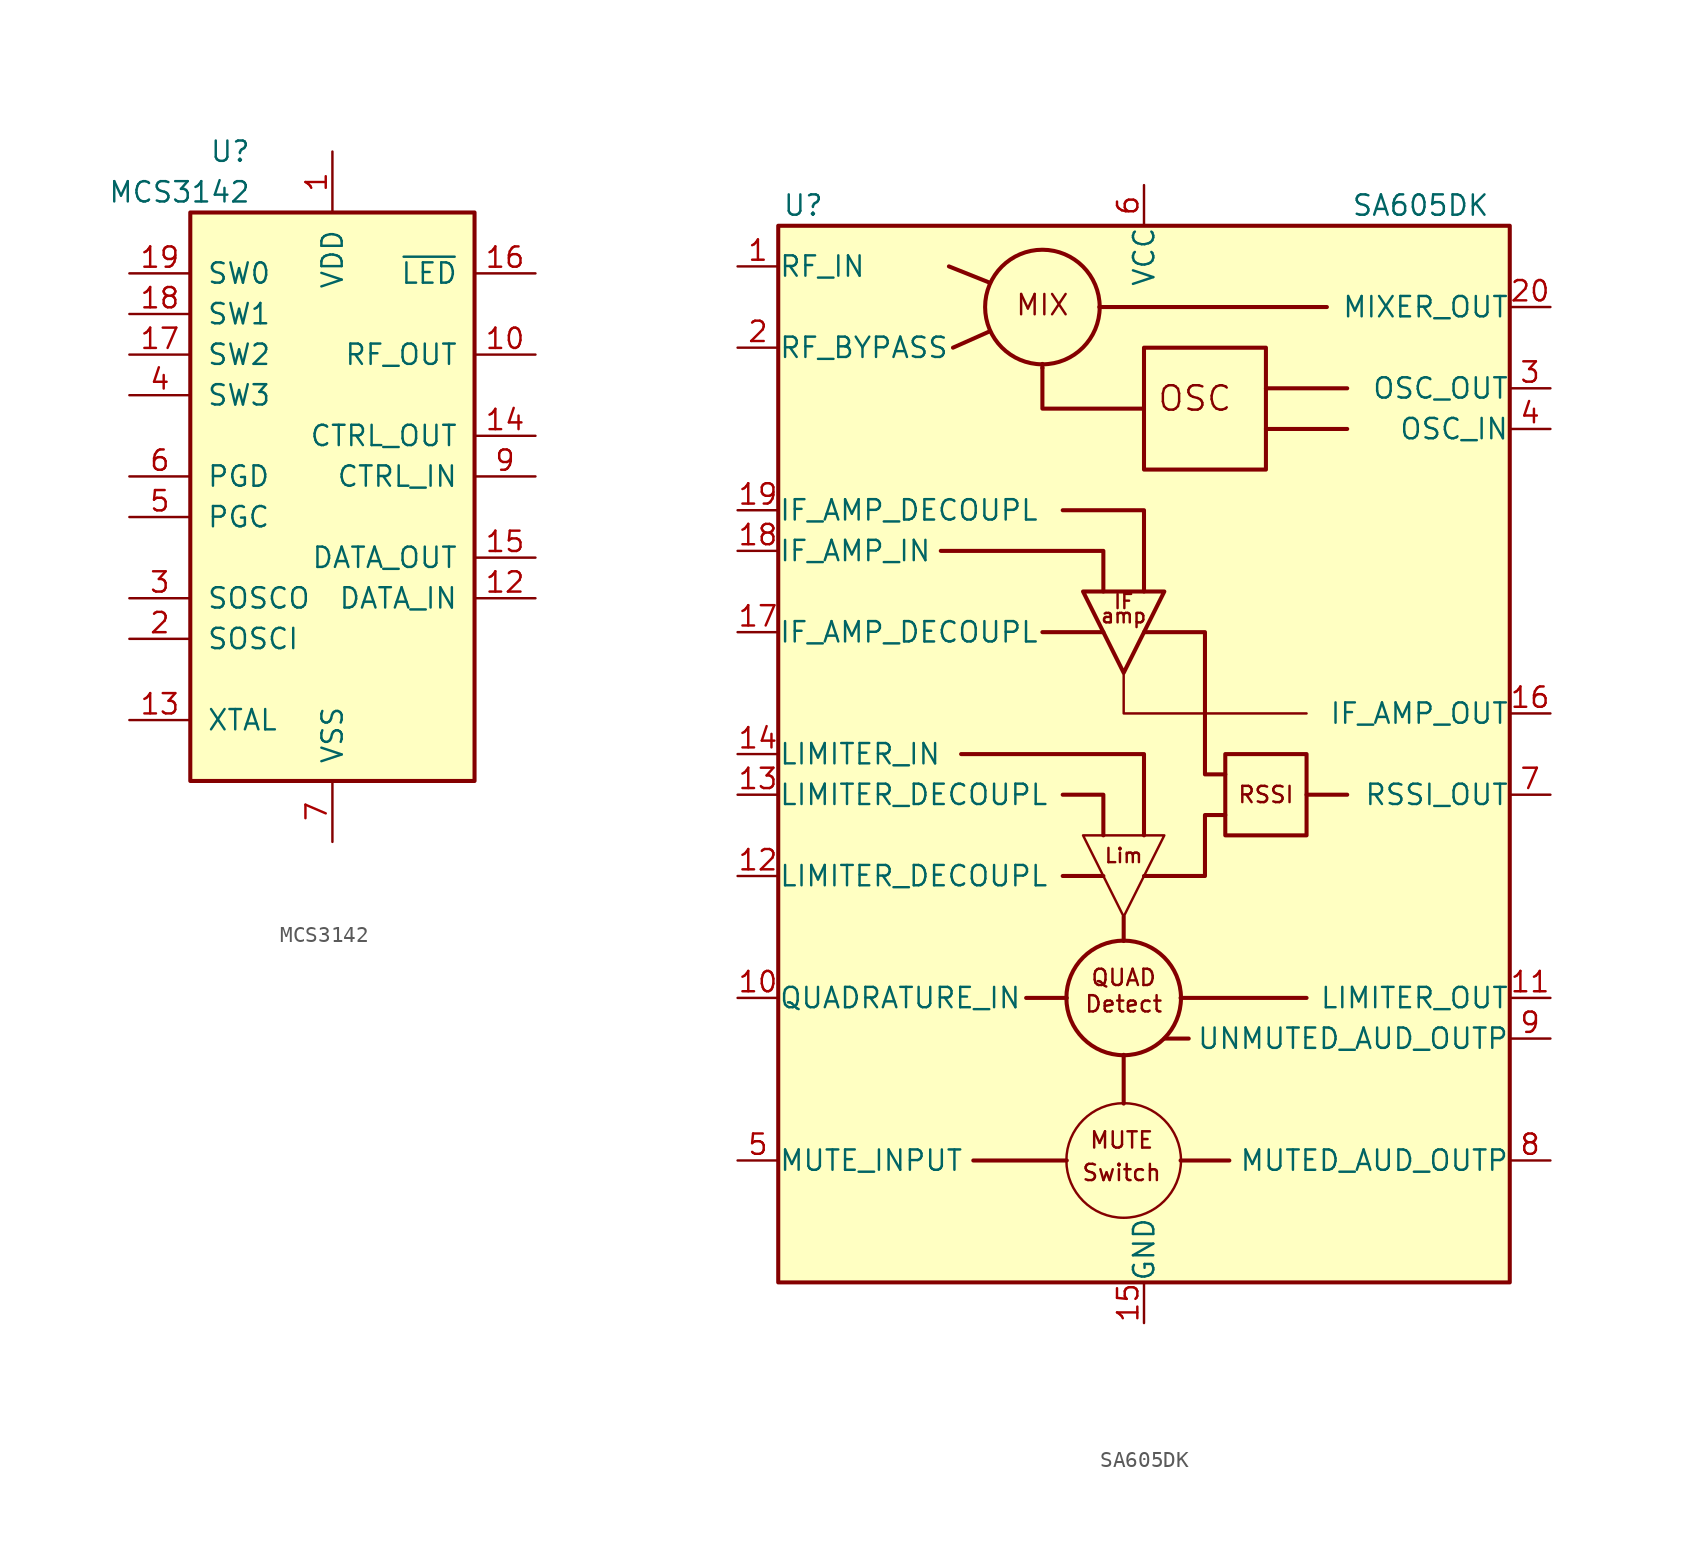
<source format=kicad_sym>
(kicad_symbol_lib
  (version 20201005)
  (generator kicad_symbol_editor)
  (symbol "RF_AM_FM:MCS3142"
    (pin_names
      (offset 1.016))
    (property "Reference" "U"
      (at -5.08 22.86 0)
      (effects (font (size 1.27 1.27)) (justify right)))
    (property "Value" "MCS3142"
      (at -5.08 20.32 0)
      (effects (font (size 1.27 1.27)) (justify right)))
    (symbol "MCS3142_0_1"
      (rectangle (start -8.89 19.05) (end 8.89 -16.51) (stroke (width 0.254)) (fill (type background))))
    (symbol "MCS3142_1_1"
      (pin power_in line (at 0 22.86 270) (length 3.81) (name "VDD" (effects (font (size 1.27 1.27)))) (number "1" (effects (font (size 1.27 1.27)))))
      (pin output line (at 12.7 10.16 180) (length 3.81) (name "RF_OUT" (effects (font (size 1.27 1.27)))) (number "10" (effects (font (size 1.27 1.27)))))
      (pin passive line (at 0 -20.32 90) (length 3.81) hide (name "VSS" (effects (font (size 1.27 1.27)))) (number "11" (effects (font (size 1.27 1.27)))))
      (pin input line (at 12.7 -5.08 180) (length 3.81) (name "DATA_IN" (effects (font (size 1.27 1.27)))) (number "12" (effects (font (size 1.27 1.27)))))
      (pin input line (at -12.7 -12.7 0) (length 3.81) (name "XTAL" (effects (font (size 1.27 1.27)))) (number "13" (effects (font (size 1.27 1.27)))))
      (pin output line (at 12.7 5.08 180) (length 3.81) (name "CTRL_OUT" (effects (font (size 1.27 1.27)))) (number "14" (effects (font (size 1.27 1.27)))))
      (pin output line (at 12.7 -2.54 180) (length 3.81) (name "DATA_OUT" (effects (font (size 1.27 1.27)))) (number "15" (effects (font (size 1.27 1.27)))))
      (pin output line (at 12.7 15.24 180) (length 3.81) (name "~LED" (effects (font (size 1.27 1.27)))) (number "16" (effects (font (size 1.27 1.27)))))
      (pin input line (at -12.7 10.16 0) (length 3.81) (name "SW2" (effects (font (size 1.27 1.27)))) (number "17" (effects (font (size 1.27 1.27)))))
      (pin input line (at -12.7 12.7 0) (length 3.81) (name "SW1" (effects (font (size 1.27 1.27)))) (number "18" (effects (font (size 1.27 1.27)))))
      (pin input line (at -12.7 15.24 0) (length 3.81) (name "SW0" (effects (font (size 1.27 1.27)))) (number "19" (effects (font (size 1.27 1.27)))))
      (pin input line (at -12.7 -7.62 0) (length 3.81) (name "SOSCI" (effects (font (size 1.27 1.27)))) (number "2" (effects (font (size 1.27 1.27)))))
      (pin passive line (at 0 -20.32 90) (length 3.81) hide (name "VSS" (effects (font (size 1.27 1.27)))) (number "20" (effects (font (size 1.27 1.27)))))
      (pin output line (at -12.7 -5.08 0) (length 3.81) (name "SOSCO" (effects (font (size 1.27 1.27)))) (number "3" (effects (font (size 1.27 1.27)))))
      (pin input line (at -12.7 7.62 0) (length 3.81) (name "SW3" (effects (font (size 1.27 1.27)))) (number "4" (effects (font (size 1.27 1.27)))))
      (pin input line (at -12.7 0 0) (length 3.81) (name "PGC" (effects (font (size 1.27 1.27)))) (number "5" (effects (font (size 1.27 1.27)))))
      (pin bidirectional line (at -12.7 2.54 0) (length 3.81) (name "PGD" (effects (font (size 1.27 1.27)))) (number "6" (effects (font (size 1.27 1.27)))))
      (pin power_in line (at 0 -20.32 90) (length 3.81) (name "VSS" (effects (font (size 1.27 1.27)))) (number "7" (effects (font (size 1.27 1.27)))))
      (pin passive line (at 0 22.86 270) (length 3.81) hide (name "VDD" (effects (font (size 1.27 1.27)))) (number "8" (effects (font (size 1.27 1.27)))))
      (pin input line (at 12.7 2.54 180) (length 3.81) (name "CTRL_IN" (effects (font (size 1.27 1.27)))) (number "9" (effects (font (size 1.27 1.27)))))))
  (symbol "RF_AM_FM:SA605DK"
    (pin_names
      (offset 0.025))
    (property "Reference" "U"
      (at -22.606 24.13 0)
      (effects (font (size 1.27 1.27)) (justify left)))
    (property "Value" "SA605DK"
      (at 12.954 24.13 0)
      (effects (font (size 1.27 1.27)) (justify left)))
    (symbol "SA605DK_0_0"
      (circle (center -1.27 -35.56) (radius 3.581) (stroke (width 0)) (fill (type none)))
      (circle (center -1.27 -25.4) (radius 3.581) (stroke (width 0.254)) (fill (type none)))
      (text "amp" (at -1.27 -1.524 0) (effects (font (size 0.889 0.889))))
      (text "Detect" (at -1.27 -25.781 0) (effects (font (size 1.016 1.016))))
      (text "IF" (at -1.27 -0.635 0) (effects (font (size 0.889 0.889))))
      (text "Lim" (at -1.27 -16.51 0) (effects (font (size 0.889 0.889))))
      (text "MIX" (at -6.35 17.907 0) (effects (font (size 1.27 1.27))))
      (text "MUTE" (at -1.397 -34.29 0) (effects (font (size 1.016 1.016))))
      (text "OSC" (at 3.175 12.065 0) (effects (font (size 1.524 1.524))))
      (text "QUAD" (at -1.27 -24.13 0) (effects (font (size 1.016 1.016))))
      (text "RSSI" (at 7.62 -12.7 0) (effects (font (size 1.016 1.016))))
      (text "Switch" (at -1.397 -36.322 0) (effects (font (size 1.016 1.016))))
      (polyline (pts (xy -12.192 20.32) (xy -9.652 19.304)) (stroke (width 0.254)) (fill (type none)))
      (polyline (pts (xy -11.938 15.24) (xy -9.652 16.256)) (stroke (width 0.254)) (fill (type none)))
      (polyline (pts (xy -6.35 -2.54) (xy -2.54 -2.54)) (stroke (width 0.254)) (fill (type none)))
      (polyline (pts (xy -6.35 13.97) (xy -6.35 14.224)) (stroke (width 0.254)) (fill (type none)))
      (polyline (pts (xy -4.826 -35.56) (xy -10.668 -35.56)) (stroke (width 0.254)) (fill (type none)))
      (polyline (pts (xy -4.826 -25.4) (xy -7.366 -25.4)) (stroke (width 0.254)) (fill (type none)))
      (polyline (pts (xy -2.54 -17.78) (xy -5.08 -17.78)) (stroke (width 0.254)) (fill (type none)))
      (polyline (pts (xy -2.54 17.78) (xy -2.794 17.78)) (stroke (width 0.254)) (fill (type none)))
      (polyline (pts (xy -1.27 -28.956) (xy -1.27 -32.004)) (stroke (width 0.254)) (fill (type none)))
      (polyline (pts (xy -1.27 -20.32) (xy -1.27 -21.844)) (stroke (width 0.254)) (fill (type none)))
      (polyline (pts (xy 1.27 -27.94) (xy 2.794 -27.94)) (stroke (width 0.254)) (fill (type none)))
      (polyline (pts (xy 2.286 -35.56) (xy 5.334 -35.56)) (stroke (width 0.254)) (fill (type none)))
      (polyline (pts (xy 2.286 -25.4) (xy 10.16 -25.4)) (stroke (width 0.254)) (fill (type none)))
      (polyline (pts (xy 7.62 10.16) (xy 12.7 10.16)) (stroke (width 0.254)) (fill (type none)))
      (polyline (pts (xy 10.16 -12.7) (xy 12.7 -12.7)) (stroke (width 0.254)) (fill (type none)))
      (polyline (pts (xy 11.43 17.78) (xy -2.54 17.78)) (stroke (width 0.254)) (fill (type none)))
      (polyline (pts (xy 12.7 12.7) (xy 7.62 12.7)) (stroke (width 0.254)) (fill (type none)))
      (polyline (pts (xy -12.7 2.54) (xy -2.54 2.54) (xy -2.54 0)) (stroke (width 0.254)) (fill (type none)))
      (polyline (pts (xy -11.43 -10.16) (xy 0 -10.16) (xy 0 -15.24)) (stroke (width 0.254)) (fill (type none)))
      (polyline (pts (xy -5.08 5.08) (xy 0 5.08) (xy 0 0)) (stroke (width 0.254)) (fill (type none)))
      (polyline (pts (xy -2.54 -15.24) (xy -2.54 -12.7) (xy -5.08 -12.7)) (stroke (width 0.254)) (fill (type none)))
      (polyline (pts (xy 0 11.43) (xy -6.35 11.43) (xy -6.35 13.97)) (stroke (width 0.254)) (fill (type none)))
      (polyline (pts (xy 0 -17.78) (xy 3.81 -17.78) (xy 3.81 -13.97) (xy 5.08 -13.97)) (stroke (width 0.254)) (fill (type none)))
      (polyline (pts (xy 0 -2.54) (xy 3.81 -2.54) (xy 3.81 -11.43) (xy 5.08 -11.43)) (stroke (width 0.254)) (fill (type none)))
      (polyline (pts (xy 1.27 -15.24) (xy -3.81 -15.24) (xy -1.27 -20.32) (xy 1.27 -15.24) (xy 1.27 -15.24)) (stroke (width 0)) (fill (type background)))
      (polyline (pts (xy 1.27 0) (xy -3.81 0) (xy -1.27 -5.08) (xy 1.27 0) (xy 1.27 0)) (stroke (width 0.254)) (fill (type background))))
    (symbol "SA605DK_0_1"
      (circle (center -6.35 17.78) (radius 3.581) (stroke (width 0.254)) (fill (type none)))
      (rectangle (start -22.86 22.86) (end 22.86 -43.18) (stroke (width 0.254)) (fill (type background)))
      (rectangle (start 0 15.24) (end 7.62 7.62) (stroke (width 0.254)) (fill (type none)))
      (rectangle (start 5.08 -10.16) (end 10.16 -15.24) (stroke (width 0.254)) (fill (type none)))
      (polyline (pts (xy -1.27 -5.08) (xy -1.27 -7.62) (xy 10.16 -7.62)) (stroke (width 0)) (fill (type none))))
    (symbol "SA605DK_1_1"
      (pin input line (at -25.4 20.32 0) (length 2.54) (name "RF_IN" (effects (font (size 1.27 1.27)))) (number "1" (effects (font (size 1.27 1.27)))))
      (pin input line (at -25.4 -25.4 0) (length 2.54) (name "QUADRATURE_IN" (effects (font (size 1.27 1.27)))) (number "10" (effects (font (size 1.27 1.27)))))
      (pin output line (at 25.4 -25.4 180) (length 2.54) (name "LIMITER_OUT" (effects (font (size 1.27 1.27)))) (number "11" (effects (font (size 1.27 1.27)))))
      (pin input line (at -25.4 -17.78 0) (length 2.54) (name "LIMITER_DECOUPL" (effects (font (size 1.27 1.27)))) (number "12" (effects (font (size 1.27 1.27)))))
      (pin input line (at -25.4 -12.7 0) (length 2.54) (name "LIMITER_DECOUPL" (effects (font (size 1.27 1.27)))) (number "13" (effects (font (size 1.27 1.27)))))
      (pin input line (at -25.4 -10.16 0) (length 2.54) (name "LIMITER_IN" (effects (font (size 1.27 1.27)))) (number "14" (effects (font (size 1.27 1.27)))))
      (pin power_in line (at 0 -45.72 90) (length 2.54) (name "GND" (effects (font (size 1.27 1.27)))) (number "15" (effects (font (size 1.27 1.27)))))
      (pin output line (at 25.4 -7.62 180) (length 2.54) (name "IF_AMP_OUT" (effects (font (size 1.27 1.27)))) (number "16" (effects (font (size 1.27 1.27)))))
      (pin input line (at -25.4 -2.54 0) (length 2.54) (name "IF_AMP_DECOUPL" (effects (font (size 1.27 1.27)))) (number "17" (effects (font (size 1.27 1.27)))))
      (pin input line (at -25.4 2.54 0) (length 2.54) (name "IF_AMP_IN" (effects (font (size 1.27 1.27)))) (number "18" (effects (font (size 1.27 1.27)))))
      (pin input line (at -25.4 5.08 0) (length 2.54) (name "IF_AMP_DECOUPL" (effects (font (size 1.27 1.27)))) (number "19" (effects (font (size 1.27 1.27)))))
      (pin input line (at -25.4 15.24 0) (length 2.54) (name "RF_BYPASS" (effects (font (size 1.27 1.27)))) (number "2" (effects (font (size 1.27 1.27)))))
      (pin output line (at 25.4 17.78 180) (length 2.54) (name "MIXER_OUT" (effects (font (size 1.27 1.27)))) (number "20" (effects (font (size 1.27 1.27)))))
      (pin output line (at 25.4 12.7 180) (length 2.54) (name "OSC_OUT" (effects (font (size 1.27 1.27)))) (number "3" (effects (font (size 1.27 1.27)))))
      (pin input line (at 25.4 10.16 180) (length 2.54) (name "OSC_IN" (effects (font (size 1.27 1.27)))) (number "4" (effects (font (size 1.27 1.27)))))
      (pin input line (at -25.4 -35.56 0) (length 2.54) (name "MUTE_INPUT" (effects (font (size 1.27 1.27)))) (number "5" (effects (font (size 1.27 1.27)))))
      (pin power_in line (at 0 25.4 270) (length 2.54) (name "VCC" (effects (font (size 1.27 1.27)))) (number "6" (effects (font (size 1.27 1.27)))))
      (pin output line (at 25.4 -12.7 180) (length 2.54) (name "RSSI_OUT" (effects (font (size 1.27 1.27)))) (number "7" (effects (font (size 1.27 1.27)))))
      (pin output line (at 25.4 -35.56 180) (length 2.54) (name "MUTED_AUD_OUTP" (effects (font (size 1.27 1.27)))) (number "8" (effects (font (size 1.27 1.27)))))
      (pin output line (at 25.4 -27.94 180) (length 2.54) (name "UNMUTED_AUD_OUTP" (effects (font (size 1.27 1.27)))) (number "9" (effects (font (size 1.27 1.27))))))))
</source>
